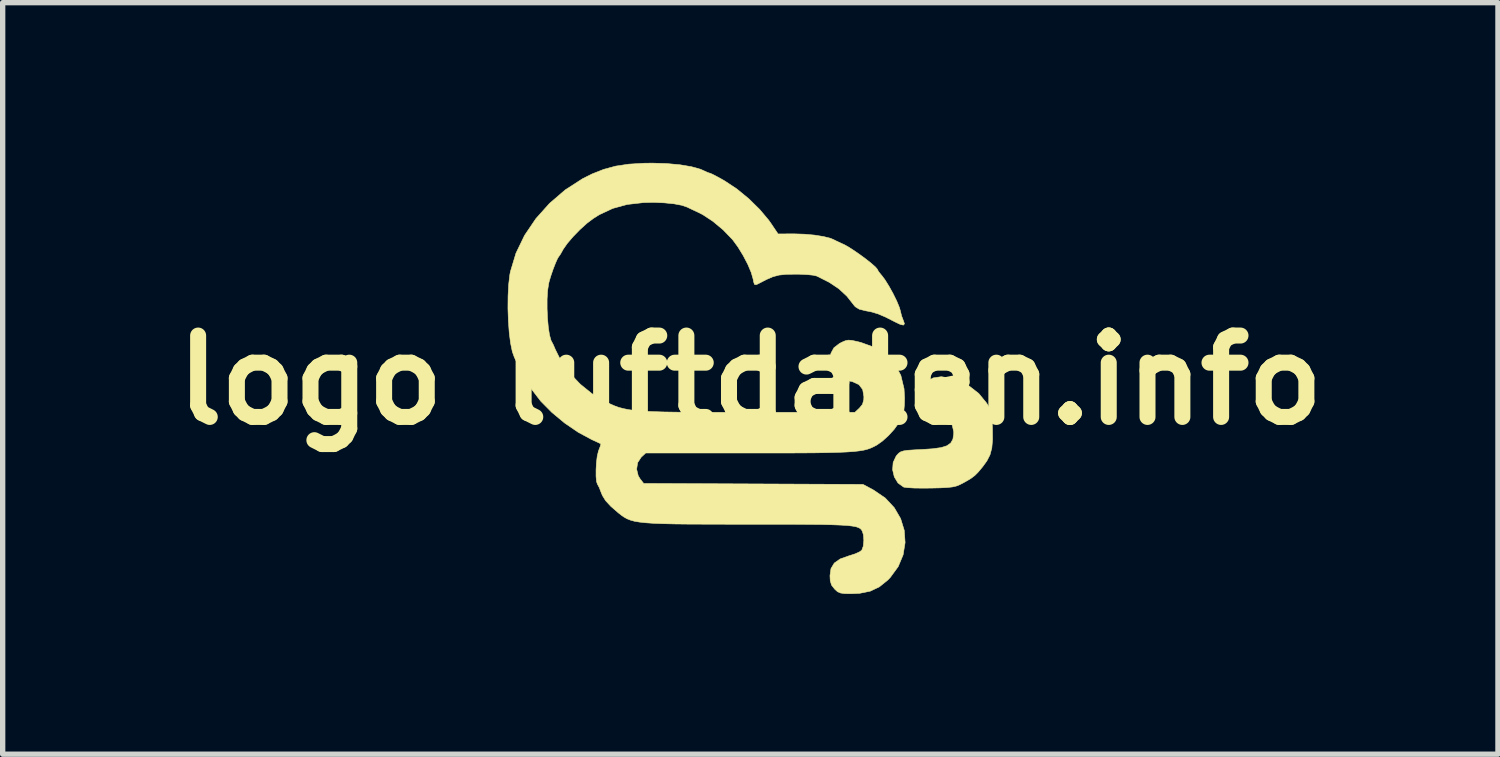
<source format=kicad_pcb>
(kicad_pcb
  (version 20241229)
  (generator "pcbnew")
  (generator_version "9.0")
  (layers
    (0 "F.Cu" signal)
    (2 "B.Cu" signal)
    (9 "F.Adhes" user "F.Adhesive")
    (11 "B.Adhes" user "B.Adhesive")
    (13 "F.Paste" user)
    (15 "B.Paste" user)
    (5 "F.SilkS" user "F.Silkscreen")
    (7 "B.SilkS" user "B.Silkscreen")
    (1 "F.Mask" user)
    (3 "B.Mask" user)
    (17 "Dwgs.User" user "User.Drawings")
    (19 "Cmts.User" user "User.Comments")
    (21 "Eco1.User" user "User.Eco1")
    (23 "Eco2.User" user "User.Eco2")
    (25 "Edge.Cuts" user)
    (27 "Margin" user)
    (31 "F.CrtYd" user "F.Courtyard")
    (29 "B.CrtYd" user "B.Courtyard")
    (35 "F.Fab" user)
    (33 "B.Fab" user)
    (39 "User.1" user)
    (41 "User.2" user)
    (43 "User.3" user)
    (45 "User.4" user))
  (footprint "logo luftdaten.info"
    (layer "F.Cu")
    (at 11.002 4.069)
    (property "Reference" "logo luftdaten.info" (at 0 0 0) (layer "F.SilkS") (effects (font (size 1.524 1.524) (thickness 0.3))))
    (attr through_hole)
    (fp_poly (pts (xy 3.756 -0.036) (xy 3.872 0.002) (xy 4.098 0.11) (xy 4.278 0.25) (xy 4.427 0.432) (xy 4.453 0.474) (xy 4.488 0.541) (xy 4.511 0.62) (xy 4.525 0.727) (xy 4.534 0.878) (xy 4.535 0.91) (xy 4.537 1.113) (xy 4.523 1.271) (xy 4.489 1.399) (xy 4.43 1.514) (xy 4.354 1.619) (xy 4.273 1.717) (xy 4.206 1.785) (xy 4.132 1.841) (xy 4.029 1.902) (xy 3.985 1.926) (xy 3.917 1.961) (xy 3.854 1.985) (xy 3.782 2.001) (xy 3.688 2.011) (xy 3.557 2.018) (xy 3.381 2.022) (xy 3.214 2.023) (xy 3.066 2.021) (xy 2.95 2.014) (xy 2.879 2.005) (xy 2.87 2.002) (xy 2.766 1.927) (xy 2.697 1.813) (xy 2.665 1.679) (xy 2.675 1.543) (xy 2.731 1.423) (xy 2.744 1.407) (xy 2.779 1.369) (xy 2.817 1.343) (xy 2.87 1.326) (xy 2.951 1.314) (xy 3.074 1.306) (xy 3.196 1.3) (xy 3.411 1.286) (xy 3.571 1.264) (xy 3.683 1.229) (xy 3.754 1.178) (xy 3.794 1.107) (xy 3.809 1.01) (xy 3.81 0.969) (xy 3.783 0.849) (xy 3.711 0.756) (xy 3.608 0.704) (xy 3.556 0.699) (xy 3.457 0.681) (xy 3.372 0.643) (xy 3.262 0.557) (xy 3.201 0.464) (xy 3.178 0.343) (xy 3.176 0.296) (xy 3.18 0.194) (xy 3.2 0.128) (xy 3.251 0.071) (xy 3.293 0.034) (xy 3.424 -0.041) (xy 3.576 -0.064) (xy 3.756 -0.036)) (stroke (width 0.01) (type solid)) (fill yes) (layer "F.SilkS"))
    (fp_poly (pts (xy -1.566 -4.056) (xy -1.317 -4.033) (xy -1.103 -3.997) (xy -0.934 -3.95) (xy -0.867 -3.92) (xy -0.797 -3.888) (xy -0.753 -3.874) (xy -0.753 -3.874) (xy -0.716 -3.859) (xy -0.638 -3.819) (xy -0.532 -3.761) (xy -0.475 -3.728) (xy -0.253 -3.581) (xy -0.03 -3.398) (xy 0.175 -3.197) (xy 0.344 -2.996) (xy 0.383 -2.941) (xy 0.52 -2.738) (xy 0.824 -2.739) (xy 1.014 -2.733) (xy 1.202 -2.716) (xy 1.37 -2.689) (xy 1.501 -2.656) (xy 1.554 -2.634) (xy 1.61 -2.606) (xy 1.7 -2.564) (xy 1.758 -2.538) (xy 1.837 -2.494) (xy 1.94 -2.428) (xy 2.054 -2.349) (xy 2.168 -2.265) (xy 2.268 -2.185) (xy 2.342 -2.12) (xy 2.379 -2.077) (xy 2.381 -2.071) (xy 2.401 -2.034) (xy 2.449 -1.974) (xy 2.457 -1.966) (xy 2.521 -1.881) (xy 2.597 -1.759) (xy 2.674 -1.62) (xy 2.742 -1.482) (xy 2.791 -1.363) (xy 2.809 -1.302) (xy 2.833 -1.203) (xy 2.864 -1.121) (xy 2.865 -1.119) (xy 2.887 -1.055) (xy 2.867 -1.03) (xy 2.803 -1.046) (xy 2.709 -1.091) (xy 2.537 -1.179) (xy 2.399 -1.238) (xy 2.275 -1.276) (xy 2.163 -1.298) (xy 2.041 -1.328) (xy 1.966 -1.374) (xy 1.944 -1.4) (xy 1.81 -1.57) (xy 1.661 -1.709) (xy 1.481 -1.83) (xy 1.253 -1.945) (xy 1.241 -1.95) (xy 1.177 -1.965) (xy 1.068 -1.976) (xy 0.931 -1.983) (xy 0.844 -1.984) (xy 0.671 -1.981) (xy 0.538 -1.967) (xy 0.421 -1.936) (xy 0.299 -1.883) (xy 0.186 -1.824) (xy 0.114 -1.788) (xy 0.079 -1.791) (xy 0.062 -1.841) (xy 0.053 -1.891) (xy 0.018 -2.014) (xy -0.047 -2.168) (xy -0.134 -2.334) (xy -0.231 -2.493) (xy -0.33 -2.628) (xy -0.34 -2.639) (xy -0.511 -2.816) (xy -0.702 -2.975) (xy -0.894 -3.101) (xy -0.977 -3.143) (xy -1.074 -3.188) (xy -1.154 -3.226) (xy -1.18 -3.239) (xy -1.28 -3.274) (xy -1.429 -3.302) (xy -1.609 -3.32) (xy -1.807 -3.329) (xy -1.998 -3.325) (xy -2.305 -3.29) (xy -2.576 -3.216) (xy -2.829 -3.098) (xy -2.94 -3.028) (xy -3.062 -2.936) (xy -3.194 -2.816) (xy -3.322 -2.684) (xy -3.431 -2.556) (xy -3.506 -2.448) (xy -3.513 -2.435) (xy -3.553 -2.363) (xy -3.582 -2.32) (xy -3.585 -2.318) (xy -3.611 -2.276) (xy -3.649 -2.19) (xy -3.692 -2.08) (xy -3.733 -1.961) (xy -3.766 -1.852) (xy -3.776 -1.81) (xy -3.796 -1.679) (xy -3.806 -1.517) (xy -3.806 -1.338) (xy -3.798 -1.157) (xy -3.783 -0.988) (xy -3.761 -0.846) (xy -3.733 -0.745) (xy -3.717 -0.714) (xy -3.691 -0.665) (xy -3.657 -0.586) (xy -3.651 -0.572) (xy -3.54 -0.35) (xy -3.38 -0.129) (xy -3.184 0.077) (xy -2.965 0.254) (xy -2.789 0.362) (xy -2.7 0.408) (xy -2.62 0.448) (xy -2.543 0.482) (xy -2.463 0.511) (xy -2.375 0.534) (xy -2.275 0.554) (xy -2.156 0.569) (xy -2.014 0.581) (xy -1.844 0.589) (xy -1.64 0.596) (xy -1.397 0.6) (xy -1.11 0.602) (xy -0.773 0.603) (xy -0.382 0.603) (xy -0.064 0.603) (xy 1.959 0.603) (xy 2.043 0.525) (xy 2.101 0.454) (xy 2.125 0.367) (xy 2.127 0.309) (xy 2.105 0.177) (xy 2.035 0.085) (xy 1.914 0.029) (xy 1.841 0.013) (xy 1.683 -0.04) (xy 1.595 -0.105) (xy 1.532 -0.175) (xy 1.502 -0.242) (xy 1.493 -0.337) (xy 1.493 -0.363) (xy 1.51 -0.504) (xy 1.566 -0.606) (xy 1.67 -0.686) (xy 1.72 -0.712) (xy 1.781 -0.738) (xy 1.836 -0.749) (xy 1.902 -0.744) (xy 2 -0.723) (xy 2.075 -0.704) (xy 2.334 -0.61) (xy 2.545 -0.475) (xy 2.707 -0.301) (xy 2.819 -0.089) (xy 2.879 0.16) (xy 2.889 0.334) (xy 2.886 0.458) (xy 2.877 0.556) (xy 2.865 0.611) (xy 2.86 0.618) (xy 2.832 0.659) (xy 2.811 0.725) (xy 2.771 0.814) (xy 2.693 0.923) (xy 2.59 1.036) (xy 2.477 1.139) (xy 2.369 1.216) (xy 2.366 1.217) (xy 2.312 1.246) (xy 2.257 1.271) (xy 2.197 1.293) (xy 2.127 1.311) (xy 2.042 1.325) (xy 1.936 1.337) (xy 1.805 1.346) (xy 1.643 1.353) (xy 1.446 1.358) (xy 1.209 1.362) (xy 0.926 1.364) (xy 0.592 1.365) (xy 0.202 1.365) (xy -0.029 1.365) (xy -1.959 1.365) (xy -2.043 1.443) (xy -2.11 1.545) (xy -2.129 1.668) (xy -2.099 1.792) (xy -2.062 1.852) (xy -1.997 1.935) (xy 0.057 1.944) (xy 2.111 1.953) (xy 2.309 2.059) (xy 2.527 2.208) (xy 2.696 2.389) (xy 2.815 2.593) (xy 2.883 2.814) (xy 2.899 3.043) (xy 2.862 3.272) (xy 2.77 3.492) (xy 2.621 3.696) (xy 2.575 3.744) (xy 2.416 3.872) (xy 2.245 3.953) (xy 2.046 3.993) (xy 1.889 4) (xy 1.767 3.998) (xy 1.689 3.987) (xy 1.634 3.963) (xy 1.584 3.918) (xy 1.578 3.911) (xy 1.522 3.84) (xy 1.497 3.758) (xy 1.492 3.663) (xy 1.511 3.529) (xy 1.573 3.426) (xy 1.683 3.349) (xy 1.849 3.29) (xy 1.857 3.288) (xy 1.965 3.253) (xy 2.05 3.214) (xy 2.088 3.185) (xy 2.116 3.109) (xy 2.126 3.002) (xy 2.118 2.895) (xy 2.096 2.827) (xy 2.08 2.801) (xy 2.058 2.779) (xy 2.024 2.761) (xy 1.976 2.745) (xy 1.907 2.733) (xy 1.813 2.722) (xy 1.69 2.715) (xy 1.533 2.709) (xy 1.337 2.704) (xy 1.097 2.702) (xy 0.809 2.7) (xy 0.468 2.699) (xy 0.07 2.699) (xy -0.046 2.699) (xy -0.469 2.699) (xy -0.834 2.698) (xy -1.145 2.697) (xy -1.408 2.694) (xy -1.627 2.689) (xy -1.808 2.682) (xy -1.955 2.672) (xy -2.074 2.659) (xy -2.169 2.643) (xy -2.245 2.622) (xy -2.308 2.597) (xy -2.362 2.567) (xy -2.413 2.532) (xy -2.465 2.491) (xy -2.475 2.483) (xy -2.614 2.362) (xy -2.709 2.259) (xy -2.77 2.161) (xy -2.797 2.095) (xy -2.828 2.014) (xy -2.858 1.958) (xy -2.861 1.954) (xy -2.88 1.901) (xy -2.889 1.803) (xy -2.889 1.68) (xy -2.882 1.548) (xy -2.867 1.426) (xy -2.845 1.333) (xy -2.84 1.318) (xy -2.811 1.243) (xy -2.799 1.197) (xy -2.8 1.193) (xy -2.832 1.177) (xy -2.904 1.143) (xy -2.969 1.114) (xy -3.223 0.977) (xy -3.478 0.803) (xy -3.717 0.604) (xy -3.925 0.394) (xy -4.086 0.184) (xy -4.087 0.183) (xy -4.14 0.102) (xy -4.18 0.046) (xy -4.191 0.032) (xy -4.212 -0.003) (xy -4.251 -0.079) (xy -4.297 -0.175) (xy -4.349 -0.283) (xy -4.393 -0.374) (xy -4.418 -0.424) (xy -4.457 -0.533) (xy -4.49 -0.693) (xy -4.515 -0.89) (xy -4.531 -1.111) (xy -4.539 -1.343) (xy -4.537 -1.573) (xy -4.526 -1.787) (xy -4.504 -1.973) (xy -4.493 -2.032) (xy -4.389 -2.377) (xy -4.228 -2.71) (xy -4.016 -3.024) (xy -3.76 -3.31) (xy -3.466 -3.563) (xy -3.14 -3.773) (xy -2.964 -3.861) (xy -2.746 -3.947) (xy -2.521 -4.008) (xy -2.274 -4.045) (xy -1.988 -4.062) (xy -1.837 -4.064) (xy -1.566 -4.056)) (stroke (width 0.01) (type solid)) (fill yes) (layer "F.SilkS")))
  (gr_rect
    (start -3 -3)
    (end 25.004 11.075)
    (stroke (width 0.1) (type default))
    (fill no)
    (layer "Edge.Cuts")))
</source>
